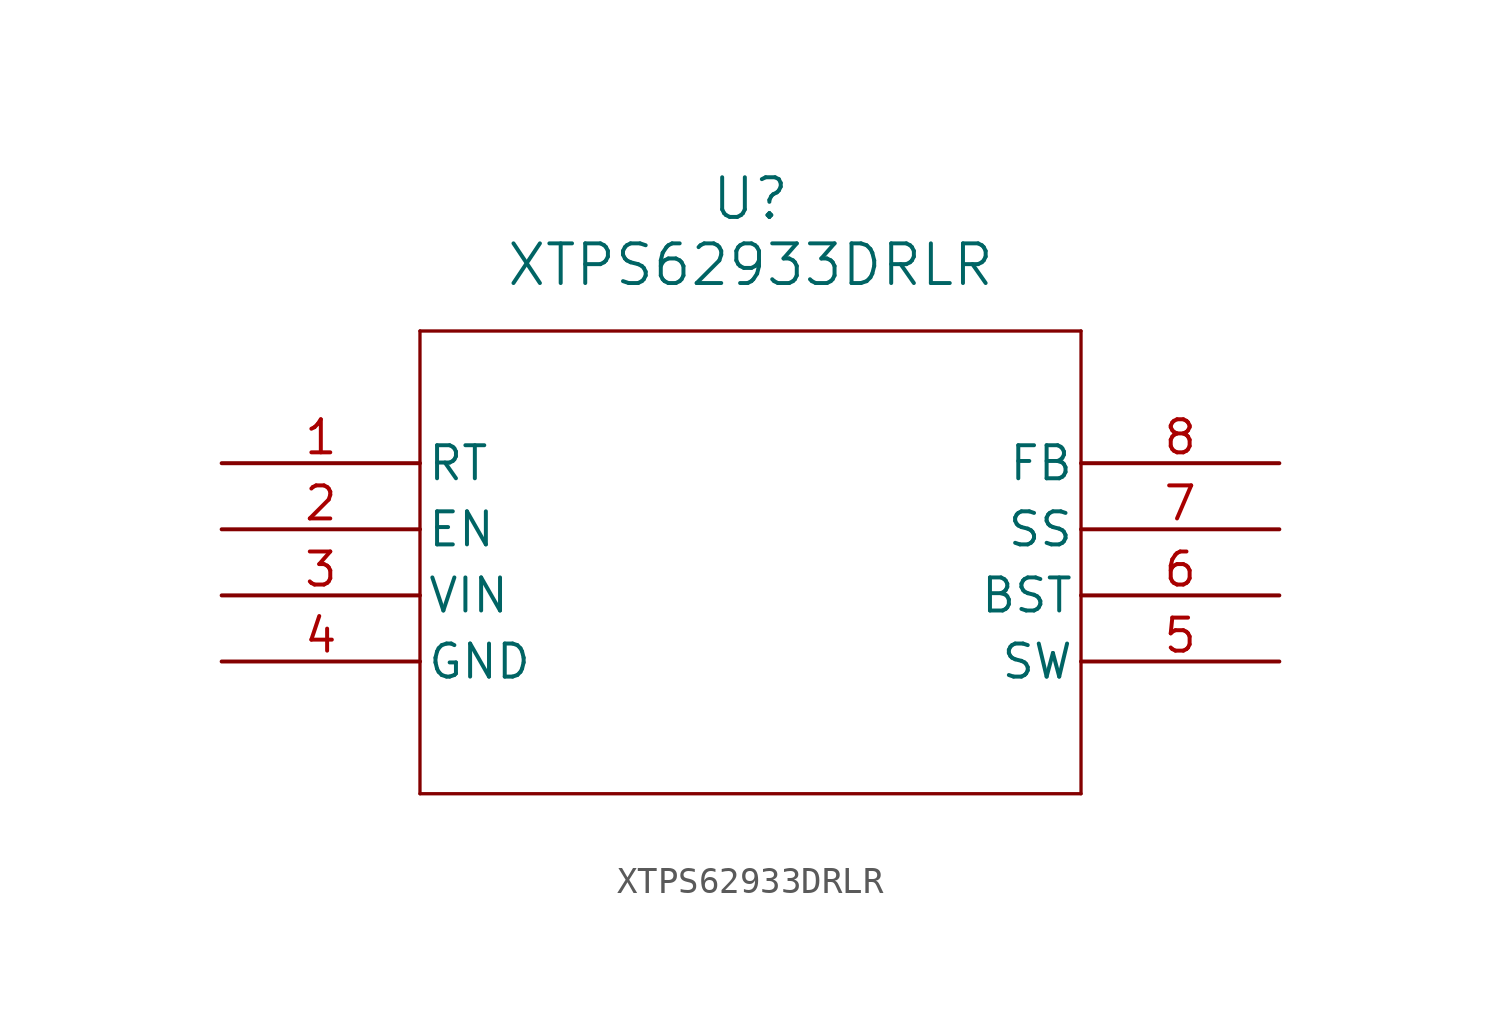
<source format=kicad_sym>
(kicad_symbol_lib
  (version 20211014)
  (generator kicad_symbol_editor)
  (symbol "XTPS62933DRLR"
    (pin_names
      (offset 0.254))
    (property "Reference" "U"
      (at 20.32 10.16 0)
      (effects (font (size 1.524 1.524))))
    (property "Value" "XTPS62933DRLR"
      (at 20.32 7.62 0)
      (effects (font (size 1.524 1.524))))
    (symbol "XTPS62933DRLR_0_1"
      (polyline (pts (xy 7.62 5.08) (xy 7.62 -12.7)) (stroke (width 0.127) (type default) (color 0 0 0 0)) (fill (type none)))
      (polyline (pts (xy 7.62 -12.7) (xy 33.02 -12.7)) (stroke (width 0.127) (type default) (color 0 0 0 0)) (fill (type none)))
      (polyline (pts (xy 33.02 -12.7) (xy 33.02 5.08)) (stroke (width 0.127) (type default) (color 0 0 0 0)) (fill (type none)))
      (polyline (pts (xy 33.02 5.08) (xy 7.62 5.08)) (stroke (width 0.127) (type default) (color 0 0 0 0)) (fill (type none)))
      (pin unspecified line (at 0 0 0) (length 7.62) (name "RT" (effects (font (size 1.27 1.27)))) (number "1" (effects (font (size 1.27 1.27)))))
      (pin unspecified line (at 0 -2.54 0) (length 7.62) (name "EN" (effects (font (size 1.27 1.27)))) (number "2" (effects (font (size 1.27 1.27)))))
      (pin unspecified line (at 0 -5.08 0) (length 7.62) (name "VIN" (effects (font (size 1.27 1.27)))) (number "3" (effects (font (size 1.27 1.27)))))
      (pin power_out line (at 0 -7.62 0) (length 7.62) (name "GND" (effects (font (size 1.27 1.27)))) (number "4" (effects (font (size 1.27 1.27)))))
      (pin unspecified line (at 40.64 -7.62 180) (length 7.62) (name "SW" (effects (font (size 1.27 1.27)))) (number "5" (effects (font (size 1.27 1.27)))))
      (pin unspecified line (at 40.64 -5.08 180) (length 7.62) (name "BST" (effects (font (size 1.27 1.27)))) (number "6" (effects (font (size 1.27 1.27)))))
      (pin unspecified line (at 40.64 -2.54 180) (length 7.62) (name "SS" (effects (font (size 1.27 1.27)))) (number "7" (effects (font (size 1.27 1.27)))))
      (pin unspecified line (at 40.64 0 180) (length 7.62) (name "FB" (effects (font (size 1.27 1.27)))) (number "8" (effects (font (size 1.27 1.27))))))))
</source>
